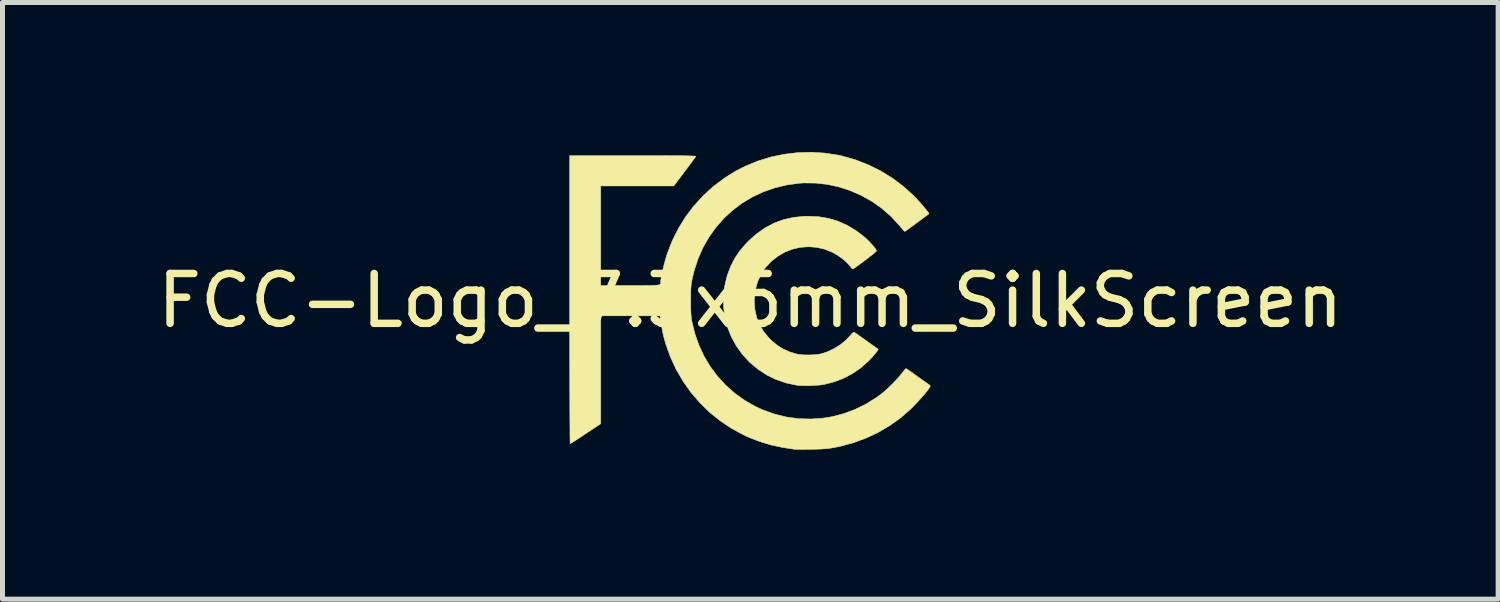
<source format=kicad_pcb>
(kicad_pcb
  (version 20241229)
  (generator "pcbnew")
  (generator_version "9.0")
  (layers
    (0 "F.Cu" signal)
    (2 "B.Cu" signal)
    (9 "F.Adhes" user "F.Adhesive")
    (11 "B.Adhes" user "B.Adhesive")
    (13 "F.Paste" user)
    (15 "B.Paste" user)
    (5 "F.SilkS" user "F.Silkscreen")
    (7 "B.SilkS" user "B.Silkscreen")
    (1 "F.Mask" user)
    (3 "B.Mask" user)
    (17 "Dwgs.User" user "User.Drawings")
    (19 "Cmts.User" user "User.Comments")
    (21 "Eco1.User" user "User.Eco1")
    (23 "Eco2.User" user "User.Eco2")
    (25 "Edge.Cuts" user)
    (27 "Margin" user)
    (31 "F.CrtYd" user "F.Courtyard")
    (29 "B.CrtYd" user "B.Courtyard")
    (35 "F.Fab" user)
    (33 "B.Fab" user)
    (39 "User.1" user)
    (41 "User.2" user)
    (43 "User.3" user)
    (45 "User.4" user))
  (footprint "FCC-Logo_7.3x6mm_SilkScreen"
    (layer "F.Cu")
    (at 12.006 2.983)
    (property "Reference" "FCC-Logo_7.3x6mm_SilkScreen" (at 0 0 0) (layer "F.SilkS") (effects (font (size 1 1) (thickness 0.15))))
    (attr exclude_from_pos_files exclude_from_bom)
    (fp_poly (pts (xy 1.372 -1.684) (xy 1.569 -1.651) (xy 1.755 -1.596) (xy 1.935 -1.516) (xy 2.11 -1.412) (xy 2.265 -1.298) (xy 2.312 -1.257) (xy 2.362 -1.209) (xy 2.412 -1.158) (xy 2.458 -1.107) (xy 2.496 -1.061) (xy 2.522 -1.024) (xy 2.533 -1.001) (xy 2.533 -1) (xy 2.523 -0.988) (xy 2.495 -0.963) (xy 2.454 -0.928) (xy 2.401 -0.887) (xy 2.343 -0.841) (xy 2.281 -0.794) (xy 2.22 -0.748) (xy 2.163 -0.707) (xy 2.115 -0.672) (xy 2.079 -0.648) (xy 2.058 -0.636) (xy 2.055 -0.635) (xy 2.042 -0.645) (xy 2.019 -0.67) (xy 2.004 -0.69) (xy 1.936 -0.767) (xy 1.848 -0.843) (xy 1.745 -0.915) (xy 1.646 -0.971) (xy 1.494 -1.032) (xy 1.335 -1.069) (xy 1.173 -1.082) (xy 1.01 -1.071) (xy 0.85 -1.035) (xy 0.697 -0.976) (xy 0.695 -0.975) (xy 0.546 -0.888) (xy 0.415 -0.784) (xy 0.304 -0.664) (xy 0.214 -0.529) (xy 0.146 -0.381) (xy 0.102 -0.222) (xy 0.081 -0.054) (xy 0.079 0.004) (xy 0.091 0.175) (xy 0.126 0.335) (xy 0.185 0.483) (xy 0.268 0.622) (xy 0.376 0.751) (xy 0.42 0.795) (xy 0.532 0.89) (xy 0.648 0.964) (xy 0.775 1.023) (xy 0.914 1.067) (xy 0.985 1.08) (xy 1.072 1.088) (xy 1.169 1.09) (xy 1.265 1.087) (xy 1.354 1.079) (xy 1.421 1.067) (xy 1.552 1.024) (xy 1.683 0.961) (xy 1.807 0.883) (xy 1.917 0.794) (xy 1.999 0.707) (xy 2.036 0.665) (xy 2.065 0.639) (xy 2.082 0.632) (xy 2.083 0.632) (xy 2.096 0.641) (xy 2.128 0.663) (xy 2.173 0.695) (xy 2.228 0.734) (xy 2.289 0.777) (xy 2.352 0.822) (xy 2.413 0.866) (xy 2.469 0.906) (xy 2.516 0.939) (xy 2.549 0.962) (xy 2.565 0.974) (xy 2.565 0.974) (xy 2.561 0.987) (xy 2.543 1.015) (xy 2.513 1.053) (xy 2.475 1.099) (xy 2.432 1.147) (xy 2.388 1.194) (xy 2.373 1.209) (xy 2.216 1.349) (xy 2.043 1.467) (xy 1.856 1.564) (xy 1.657 1.637) (xy 1.478 1.681) (xy 1.414 1.691) (xy 1.333 1.698) (xy 1.242 1.703) (xy 1.149 1.706) (xy 1.061 1.706) (xy 0.986 1.703) (xy 0.939 1.698) (xy 0.724 1.653) (xy 0.523 1.585) (xy 0.335 1.495) (xy 0.16 1.381) (xy -0.003 1.245) (xy -0.022 1.227) (xy -0.164 1.072) (xy -0.284 0.903) (xy -0.382 0.723) (xy -0.457 0.534) (xy -0.508 0.338) (xy -0.536 0.136) (xy -0.54 -0.068) (xy -0.518 -0.273) (xy -0.471 -0.476) (xy -0.457 -0.522) (xy -0.392 -0.693) (xy -0.313 -0.848) (xy -0.216 -0.992) (xy -0.098 -1.132) (xy -0.035 -1.198) (xy 0.127 -1.342) (xy 0.296 -1.461) (xy 0.475 -1.555) (xy 0.663 -1.625) (xy 0.862 -1.67) (xy 1.072 -1.692) (xy 1.164 -1.694) (xy 1.372 -1.684)) (stroke (width 0.01) (type solid)) (fill yes) (layer "F.SilkS"))
    (fp_poly (pts (xy 1.496 -2.961) (xy 1.764 -2.92) (xy 1.845 -2.902) (xy 2.114 -2.825) (xy 2.374 -2.723) (xy 2.623 -2.599) (xy 2.86 -2.452) (xy 3.081 -2.285) (xy 3.28 -2.103) (xy 3.323 -2.059) (xy 3.37 -2.008) (xy 3.42 -1.952) (xy 3.468 -1.896) (xy 3.512 -1.844) (xy 3.548 -1.8) (xy 3.574 -1.766) (xy 3.585 -1.748) (xy 3.585 -1.746) (xy 3.575 -1.736) (xy 3.549 -1.716) (xy 3.529 -1.701) (xy 3.499 -1.68) (xy 3.453 -1.646) (xy 3.396 -1.604) (xy 3.333 -1.557) (xy 3.291 -1.525) (xy 3.231 -1.481) (xy 3.178 -1.442) (xy 3.136 -1.412) (xy 3.108 -1.394) (xy 3.099 -1.389) (xy 3.087 -1.399) (xy 3.062 -1.425) (xy 3.028 -1.464) (xy 2.986 -1.513) (xy 2.979 -1.522) (xy 2.817 -1.697) (xy 2.637 -1.853) (xy 2.442 -1.991) (xy 2.233 -2.108) (xy 2.014 -2.205) (xy 1.787 -2.28) (xy 1.553 -2.332) (xy 1.316 -2.359) (xy 1.078 -2.362) (xy 0.985 -2.357) (xy 0.733 -2.322) (xy 0.491 -2.264) (xy 0.26 -2.183) (xy 0.041 -2.081) (xy -0.165 -1.957) (xy -0.356 -1.814) (xy -0.531 -1.652) (xy -0.689 -1.472) (xy -0.829 -1.277) (xy -0.95 -1.066) (xy -1.049 -0.84) (xy -1.127 -0.602) (xy -1.161 -0.464) (xy -1.173 -0.406) (xy -1.182 -0.355) (xy -1.188 -0.306) (xy -1.192 -0.253) (xy -1.195 -0.19) (xy -1.196 -0.113) (xy -1.197 -0.016) (xy -1.197 -0.007) (xy -1.196 0.103) (xy -1.195 0.191) (xy -1.191 0.264) (xy -1.186 0.325) (xy -1.179 0.381) (xy -1.173 0.417) (xy -1.114 0.66) (xy -1.032 0.893) (xy -0.928 1.115) (xy -0.803 1.324) (xy -0.658 1.518) (xy -0.494 1.697) (xy -0.312 1.858) (xy -0.115 2) (xy 0.098 2.122) (xy 0.247 2.191) (xy 0.484 2.276) (xy 0.725 2.335) (xy 0.97 2.368) (xy 1.218 2.375) (xy 1.468 2.356) (xy 1.643 2.328) (xy 1.872 2.268) (xy 2.098 2.184) (xy 2.317 2.077) (xy 2.526 1.947) (xy 2.611 1.886) (xy 2.692 1.82) (xy 2.781 1.739) (xy 2.87 1.652) (xy 2.953 1.564) (xy 3.022 1.482) (xy 3.037 1.463) (xy 3.07 1.419) (xy 3.099 1.385) (xy 3.118 1.366) (xy 3.123 1.363) (xy 3.138 1.37) (xy 3.169 1.39) (xy 3.213 1.421) (xy 3.266 1.458) (xy 3.284 1.472) (xy 3.348 1.518) (xy 3.414 1.565) (xy 3.474 1.607) (xy 3.52 1.639) (xy 3.522 1.64) (xy 3.564 1.67) (xy 3.595 1.694) (xy 3.61 1.71) (xy 3.611 1.712) (xy 3.603 1.734) (xy 3.578 1.771) (xy 3.54 1.821) (xy 3.491 1.881) (xy 3.433 1.947) (xy 3.37 2.017) (xy 3.304 2.087) (xy 3.237 2.155) (xy 3.213 2.179) (xy 3.016 2.351) (xy 2.8 2.506) (xy 2.569 2.642) (xy 2.324 2.757) (xy 2.068 2.851) (xy 1.803 2.923) (xy 1.667 2.95) (xy 1.595 2.962) (xy 1.523 2.97) (xy 1.444 2.976) (xy 1.353 2.98) (xy 1.243 2.983) (xy 1.217 2.983) (xy 1.13 2.984) (xy 1.049 2.985) (xy 0.979 2.984) (xy 0.925 2.983) (xy 0.892 2.982) (xy 0.886 2.982) (xy 0.638 2.944) (xy 0.408 2.894) (xy 0.19 2.828) (xy -0.023 2.745) (xy -0.139 2.692) (xy -0.382 2.56) (xy -0.61 2.407) (xy -0.823 2.235) (xy -1.018 2.044) (xy -1.196 1.835) (xy -1.353 1.612) (xy -1.491 1.374) (xy -1.606 1.124) (xy -1.699 0.863) (xy -1.733 0.741) (xy -1.743 0.701) (xy -1.752 0.66) (xy -1.761 0.613) (xy -1.772 0.555) (xy -1.784 0.482) (xy -1.8 0.39) (xy -1.807 0.347) (xy -1.814 0.304) (xy -3.003 0.304) (xy -3.003 2.47) (xy -3.304 2.67) (xy -3.384 2.723) (xy -3.456 2.77) (xy -3.518 2.811) (xy -3.567 2.842) (xy -3.601 2.863) (xy -3.615 2.871) (xy -3.615 2.871) (xy -3.616 2.858) (xy -3.617 2.819) (xy -3.618 2.757) (xy -3.619 2.672) (xy -3.619 2.565) (xy -3.62 2.438) (xy -3.621 2.291) (xy -3.622 2.126) (xy -3.622 1.945) (xy -3.623 1.748) (xy -3.623 1.536) (xy -3.624 1.311) (xy -3.624 1.074) (xy -3.624 0.826) (xy -3.625 0.568) (xy -3.625 0.302) (xy -3.625 0.029) (xy -3.625 -0.02) (xy -3.625 -2.91) (xy -2.354 -2.91) (xy -2.135 -2.91) (xy -1.941 -2.91) (xy -1.771 -2.91) (xy -1.624 -2.909) (xy -1.498 -2.909) (xy -1.391 -2.908) (xy -1.304 -2.907) (xy -1.233 -2.905) (xy -1.179 -2.904) (xy -1.139 -2.902) (xy -1.112 -2.9) (xy -1.097 -2.897) (xy -1.093 -2.894) (xy -1.093 -2.894) (xy -1.104 -2.879) (xy -1.128 -2.846) (xy -1.163 -2.798) (xy -1.208 -2.738) (xy -1.26 -2.668) (xy -1.318 -2.591) (xy -1.319 -2.59) (xy -1.535 -2.302) (xy -3.003 -2.302) (xy -3.003 -0.304) (xy -2.409 -0.304) (xy -2.266 -0.304) (xy -2.147 -0.304) (xy -2.05 -0.305) (xy -1.973 -0.306) (xy -1.914 -0.308) (xy -1.87 -0.311) (xy -1.838 -0.316) (xy -1.818 -0.322) (xy -1.806 -0.33) (xy -1.8 -0.341) (xy -1.799 -0.354) (xy -1.799 -0.371) (xy -1.799 -0.38) (xy -1.795 -0.423) (xy -1.785 -0.485) (xy -1.769 -0.563) (xy -1.749 -0.65) (xy -1.726 -0.741) (xy -1.701 -0.832) (xy -1.676 -0.916) (xy -1.667 -0.944) (xy -1.567 -1.201) (xy -1.444 -1.447) (xy -1.3 -1.68) (xy -1.135 -1.898) (xy -0.951 -2.101) (xy -0.748 -2.286) (xy -0.53 -2.452) (xy -0.296 -2.599) (xy -0.101 -2.699) (xy 0.15 -2.802) (xy 0.411 -2.882) (xy 0.679 -2.938) (xy 0.951 -2.97) (xy 1.225 -2.978) (xy 1.496 -2.961)) (stroke (width 0.01) (type solid)) (fill yes) (layer "F.SilkS")))
  (gr_rect
    (start -3 -3)
    (end 27.012 8.973)
    (stroke (width 0.1) (type default))
    (fill no)
    (layer "Edge.Cuts")))
</source>
